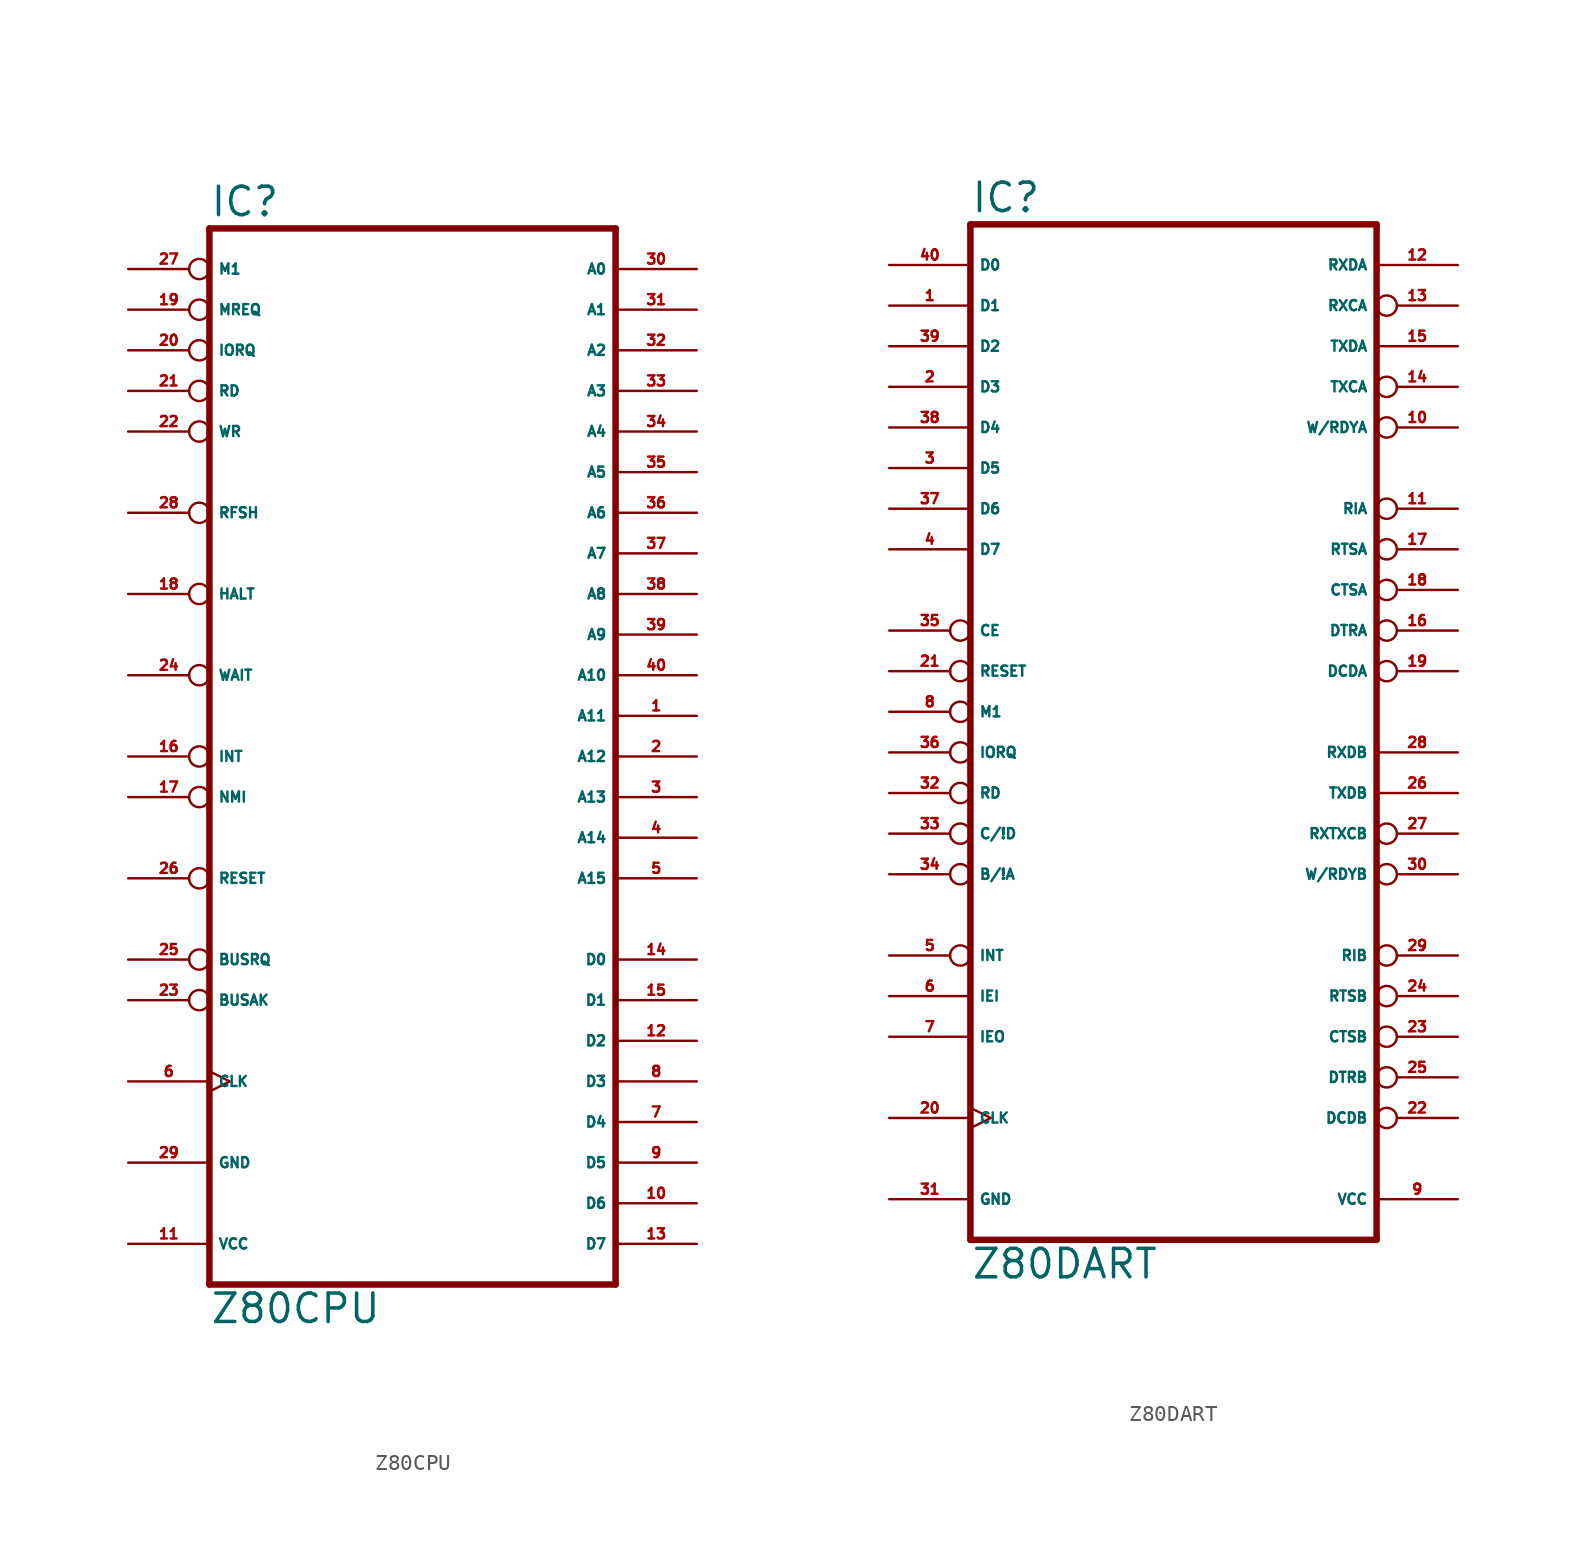
<source format=kicad_sym>
(kicad_symbol_lib
  (version 20220914)
  (generator Eagle2Kicad)
  (symbol "Z80CPU"
    (property "Reference" "IC"
      (at -12.7 31.115 0)
      (effects (font (size 1.778 1.778) (thickness 0.22)) (justify left bottom)))
    (property "Value" "Z80CPU"
      (at -12.7 -38.1 0)
      (effects (font (size 1.778 1.778) (thickness 0.22)) (justify left bottom)))
    (polyline
      (pts (xy -12.7 -35.56) (xy 12.7 -35.56))
      (stroke (width 0.406) (type default))
      (fill (type none)))
    (polyline
      (pts (xy 12.7 30.48) (xy 12.7 -35.56))
      (stroke (width 0.406) (type default))
      (fill (type none)))
    (polyline
      (pts (xy 12.7 30.48) (xy -12.7 30.48))
      (stroke (width 0.406) (type default))
      (fill (type none)))
    (polyline
      (pts (xy -12.7 -35.56) (xy -12.7 30.48))
      (stroke (width 0.406) (type default))
      (fill (type none)))
    (pin output line
      (at 17.78 27.94 180)
      (length 5.08)
      (name "A0" (effects (font (size 0.635 0.635) (thickness 0.08)) (justify left bottom)))
      (number "30" (effects (font (size 0.635 0.635) (thickness 0.08)) (justify left bottom))))
    (pin output line
      (at 17.78 25.4 180)
      (length 5.08)
      (name "A1" (effects (font (size 0.635 0.635) (thickness 0.08)) (justify left bottom)))
      (number "31" (effects (font (size 0.635 0.635) (thickness 0.08)) (justify left bottom))))
    (pin output line
      (at 17.78 22.86 180)
      (length 5.08)
      (name "A2" (effects (font (size 0.635 0.635) (thickness 0.08)) (justify left bottom)))
      (number "32" (effects (font (size 0.635 0.635) (thickness 0.08)) (justify left bottom))))
    (pin output line
      (at 17.78 20.32 180)
      (length 5.08)
      (name "A3" (effects (font (size 0.635 0.635) (thickness 0.08)) (justify left bottom)))
      (number "33" (effects (font (size 0.635 0.635) (thickness 0.08)) (justify left bottom))))
    (pin output line
      (at 17.78 17.78 180)
      (length 5.08)
      (name "A4" (effects (font (size 0.635 0.635) (thickness 0.08)) (justify left bottom)))
      (number "34" (effects (font (size 0.635 0.635) (thickness 0.08)) (justify left bottom))))
    (pin output line
      (at 17.78 15.24 180)
      (length 5.08)
      (name "A5" (effects (font (size 0.635 0.635) (thickness 0.08)) (justify left bottom)))
      (number "35" (effects (font (size 0.635 0.635) (thickness 0.08)) (justify left bottom))))
    (pin output line
      (at 17.78 12.7 180)
      (length 5.08)
      (name "A6" (effects (font (size 0.635 0.635) (thickness 0.08)) (justify left bottom)))
      (number "36" (effects (font (size 0.635 0.635) (thickness 0.08)) (justify left bottom))))
    (pin output line
      (at 17.78 10.16 180)
      (length 5.08)
      (name "A7" (effects (font (size 0.635 0.635) (thickness 0.08)) (justify left bottom)))
      (number "37" (effects (font (size 0.635 0.635) (thickness 0.08)) (justify left bottom))))
    (pin output line
      (at 17.78 7.62 180)
      (length 5.08)
      (name "A8" (effects (font (size 0.635 0.635) (thickness 0.08)) (justify left bottom)))
      (number "38" (effects (font (size 0.635 0.635) (thickness 0.08)) (justify left bottom))))
    (pin output line
      (at 17.78 5.08 180)
      (length 5.08)
      (name "A9" (effects (font (size 0.635 0.635) (thickness 0.08)) (justify left bottom)))
      (number "39" (effects (font (size 0.635 0.635) (thickness 0.08)) (justify left bottom))))
    (pin output line
      (at 17.78 2.54 180)
      (length 5.08)
      (name "A10" (effects (font (size 0.635 0.635) (thickness 0.08)) (justify left bottom)))
      (number "40" (effects (font (size 0.635 0.635) (thickness 0.08)) (justify left bottom))))
    (pin output line
      (at 17.78 0 180)
      (length 5.08)
      (name "A11" (effects (font (size 0.635 0.635) (thickness 0.08)) (justify left bottom)))
      (number "1" (effects (font (size 0.635 0.635) (thickness 0.08)) (justify left bottom))))
    (pin output line
      (at 17.78 -2.54 180)
      (length 5.08)
      (name "A12" (effects (font (size 0.635 0.635) (thickness 0.08)) (justify left bottom)))
      (number "2" (effects (font (size 0.635 0.635) (thickness 0.08)) (justify left bottom))))
    (pin output line
      (at 17.78 -5.08 180)
      (length 5.08)
      (name "A13" (effects (font (size 0.635 0.635) (thickness 0.08)) (justify left bottom)))
      (number "3" (effects (font (size 0.635 0.635) (thickness 0.08)) (justify left bottom))))
    (pin output line
      (at 17.78 -7.62 180)
      (length 5.08)
      (name "A14" (effects (font (size 0.635 0.635) (thickness 0.08)) (justify left bottom)))
      (number "4" (effects (font (size 0.635 0.635) (thickness 0.08)) (justify left bottom))))
    (pin output line
      (at 17.78 -10.16 180)
      (length 5.08)
      (name "A15" (effects (font (size 0.635 0.635) (thickness 0.08)) (justify left bottom)))
      (number "5" (effects (font (size 0.635 0.635) (thickness 0.08)) (justify left bottom))))
    (pin bidirectional line
      (at 17.78 -15.24 180)
      (length 5.08)
      (name "D0" (effects (font (size 0.635 0.635) (thickness 0.08)) (justify left bottom)))
      (number "14" (effects (font (size 0.635 0.635) (thickness 0.08)) (justify left bottom))))
    (pin bidirectional line
      (at 17.78 -17.78 180)
      (length 5.08)
      (name "D1" (effects (font (size 0.635 0.635) (thickness 0.08)) (justify left bottom)))
      (number "15" (effects (font (size 0.635 0.635) (thickness 0.08)) (justify left bottom))))
    (pin bidirectional line
      (at 17.78 -20.32 180)
      (length 5.08)
      (name "D2" (effects (font (size 0.635 0.635) (thickness 0.08)) (justify left bottom)))
      (number "12" (effects (font (size 0.635 0.635) (thickness 0.08)) (justify left bottom))))
    (pin bidirectional line
      (at 17.78 -22.86 180)
      (length 5.08)
      (name "D3" (effects (font (size 0.635 0.635) (thickness 0.08)) (justify left bottom)))
      (number "8" (effects (font (size 0.635 0.635) (thickness 0.08)) (justify left bottom))))
    (pin bidirectional line
      (at 17.78 -25.4 180)
      (length 5.08)
      (name "D4" (effects (font (size 0.635 0.635) (thickness 0.08)) (justify left bottom)))
      (number "7" (effects (font (size 0.635 0.635) (thickness 0.08)) (justify left bottom))))
    (pin bidirectional line
      (at 17.78 -27.94 180)
      (length 5.08)
      (name "D5" (effects (font (size 0.635 0.635) (thickness 0.08)) (justify left bottom)))
      (number "9" (effects (font (size 0.635 0.635) (thickness 0.08)) (justify left bottom))))
    (pin bidirectional line
      (at 17.78 -30.48 180)
      (length 5.08)
      (name "D6" (effects (font (size 0.635 0.635) (thickness 0.08)) (justify left bottom)))
      (number "10" (effects (font (size 0.635 0.635) (thickness 0.08)) (justify left bottom))))
    (pin bidirectional line
      (at 17.78 -33.02 180)
      (length 5.08)
      (name "D7" (effects (font (size 0.635 0.635) (thickness 0.08)) (justify left bottom)))
      (number "13" (effects (font (size 0.635 0.635) (thickness 0.08)) (justify left bottom))))
    (pin output inverted
      (at -17.78 27.94 0)
      (length 5.08)
      (name "M1" (effects (font (size 0.635 0.635) (thickness 0.08)) (justify left bottom)))
      (number "27" (effects (font (size 0.635 0.635) (thickness 0.08)) (justify left bottom))))
    (pin output inverted
      (at -17.78 25.4 0)
      (length 5.08)
      (name "MREQ" (effects (font (size 0.635 0.635) (thickness 0.08)) (justify left bottom)))
      (number "19" (effects (font (size 0.635 0.635) (thickness 0.08)) (justify left bottom))))
    (pin output inverted
      (at -17.78 22.86 0)
      (length 5.08)
      (name "IORQ" (effects (font (size 0.635 0.635) (thickness 0.08)) (justify left bottom)))
      (number "20" (effects (font (size 0.635 0.635) (thickness 0.08)) (justify left bottom))))
    (pin output inverted
      (at -17.78 20.32 0)
      (length 5.08)
      (name "RD" (effects (font (size 0.635 0.635) (thickness 0.08)) (justify left bottom)))
      (number "21" (effects (font (size 0.635 0.635) (thickness 0.08)) (justify left bottom))))
    (pin output inverted
      (at -17.78 17.78 0)
      (length 5.08)
      (name "WR" (effects (font (size 0.635 0.635) (thickness 0.08)) (justify left bottom)))
      (number "22" (effects (font (size 0.635 0.635) (thickness 0.08)) (justify left bottom))))
    (pin output inverted
      (at -17.78 12.7 0)
      (length 5.08)
      (name "RFSH" (effects (font (size 0.635 0.635) (thickness 0.08)) (justify left bottom)))
      (number "28" (effects (font (size 0.635 0.635) (thickness 0.08)) (justify left bottom))))
    (pin output inverted
      (at -17.78 7.62 0)
      (length 5.08)
      (name "HALT" (effects (font (size 0.635 0.635) (thickness 0.08)) (justify left bottom)))
      (number "18" (effects (font (size 0.635 0.635) (thickness 0.08)) (justify left bottom))))
    (pin input inverted
      (at -17.78 2.54 0)
      (length 5.08)
      (name "WAIT" (effects (font (size 0.635 0.635) (thickness 0.08)) (justify left bottom)))
      (number "24" (effects (font (size 0.635 0.635) (thickness 0.08)) (justify left bottom))))
    (pin input inverted
      (at -17.78 -2.54 0)
      (length 5.08)
      (name "INT" (effects (font (size 0.635 0.635) (thickness 0.08)) (justify left bottom)))
      (number "16" (effects (font (size 0.635 0.635) (thickness 0.08)) (justify left bottom))))
    (pin input inverted
      (at -17.78 -5.08 0)
      (length 5.08)
      (name "NMI" (effects (font (size 0.635 0.635) (thickness 0.08)) (justify left bottom)))
      (number "17" (effects (font (size 0.635 0.635) (thickness 0.08)) (justify left bottom))))
    (pin input inverted
      (at -17.78 -10.16 0)
      (length 5.08)
      (name "RESET" (effects (font (size 0.635 0.635) (thickness 0.08)) (justify left bottom)))
      (number "26" (effects (font (size 0.635 0.635) (thickness 0.08)) (justify left bottom))))
    (pin input inverted
      (at -17.78 -15.24 0)
      (length 5.08)
      (name "BUSRQ" (effects (font (size 0.635 0.635) (thickness 0.08)) (justify left bottom)))
      (number "25" (effects (font (size 0.635 0.635) (thickness 0.08)) (justify left bottom))))
    (pin output inverted
      (at -17.78 -17.78 0)
      (length 5.08)
      (name "BUSAK" (effects (font (size 0.635 0.635) (thickness 0.08)) (justify left bottom)))
      (number "23" (effects (font (size 0.635 0.635) (thickness 0.08)) (justify left bottom))))
    (pin input clock
      (at -17.78 -22.86 0)
      (length 5.08)
      (name "CLK" (effects (font (size 0.635 0.635) (thickness 0.08)) (justify left bottom)))
      (number "6" (effects (font (size 0.635 0.635) (thickness 0.08)) (justify left bottom))))
    (pin unspecified line
      (at -17.78 -33.02 0)
      (length 5.08)
      (name "VCC" (effects (font (size 0.635 0.635) (thickness 0.08)) (justify left bottom)))
      (number "11" (effects (font (size 0.635 0.635) (thickness 0.08)) (justify left bottom))))
    (pin unspecified line
      (at -17.78 -27.94 0)
      (length 5.08)
      (name "GND" (effects (font (size 0.635 0.635) (thickness 0.08)) (justify left bottom)))
      (number "29" (effects (font (size 0.635 0.635) (thickness 0.08)) (justify left bottom)))))
  (symbol "Z80DART"
    (property "Reference" "IC"
      (at -12.7 28.575 0)
      (effects (font (size 1.778 1.778) (thickness 0.22)) (justify left bottom)))
    (property "Value" "Z80DART"
      (at -12.7 -38.1 0)
      (effects (font (size 1.778 1.778) (thickness 0.22)) (justify left bottom)))
    (polyline
      (pts (xy -12.7 -35.56) (xy 12.7 -35.56))
      (stroke (width 0.406) (type default))
      (fill (type none)))
    (polyline
      (pts (xy 12.7 -35.56) (xy 12.7 27.94))
      (stroke (width 0.406) (type default))
      (fill (type none)))
    (polyline
      (pts (xy 12.7 27.94) (xy -12.7 27.94))
      (stroke (width 0.406) (type default))
      (fill (type none)))
    (polyline
      (pts (xy -12.7 27.94) (xy -12.7 -35.56))
      (stroke (width 0.406) (type default))
      (fill (type none)))
    (pin bidirectional line
      (at -17.78 22.86 0)
      (length 5.08)
      (name "D1" (effects (font (size 0.635 0.635) (thickness 0.08)) (justify left bottom)))
      (number "1" (effects (font (size 0.635 0.635) (thickness 0.08)) (justify left bottom))))
    (pin bidirectional line
      (at -17.78 17.78 0)
      (length 5.08)
      (name "D3" (effects (font (size 0.635 0.635) (thickness 0.08)) (justify left bottom)))
      (number "2" (effects (font (size 0.635 0.635) (thickness 0.08)) (justify left bottom))))
    (pin bidirectional line
      (at -17.78 12.7 0)
      (length 5.08)
      (name "D5" (effects (font (size 0.635 0.635) (thickness 0.08)) (justify left bottom)))
      (number "3" (effects (font (size 0.635 0.635) (thickness 0.08)) (justify left bottom))))
    (pin bidirectional line
      (at -17.78 7.62 0)
      (length 5.08)
      (name "D7" (effects (font (size 0.635 0.635) (thickness 0.08)) (justify left bottom)))
      (number "4" (effects (font (size 0.635 0.635) (thickness 0.08)) (justify left bottom))))
    (pin open_collector inverted
      (at -17.78 -17.78 0)
      (length 5.08)
      (name "INT" (effects (font (size 0.635 0.635) (thickness 0.08)) (justify left bottom)))
      (number "5" (effects (font (size 0.635 0.635) (thickness 0.08)) (justify left bottom))))
    (pin input line
      (at -17.78 -20.32 0)
      (length 5.08)
      (name "IEI" (effects (font (size 0.635 0.635) (thickness 0.08)) (justify left bottom)))
      (number "6" (effects (font (size 0.635 0.635) (thickness 0.08)) (justify left bottom))))
    (pin output line
      (at -17.78 -22.86 0)
      (length 5.08)
      (name "IEO" (effects (font (size 0.635 0.635) (thickness 0.08)) (justify left bottom)))
      (number "7" (effects (font (size 0.635 0.635) (thickness 0.08)) (justify left bottom))))
    (pin input inverted
      (at -17.78 -2.54 0)
      (length 5.08)
      (name "M1" (effects (font (size 0.635 0.635) (thickness 0.08)) (justify left bottom)))
      (number "8" (effects (font (size 0.635 0.635) (thickness 0.08)) (justify left bottom))))
    (pin output inverted
      (at 17.78 15.24 180)
      (length 5.08)
      (name "W/RDYA" (effects (font (size 0.635 0.635) (thickness 0.08)) (justify left bottom)))
      (number "10" (effects (font (size 0.635 0.635) (thickness 0.08)) (justify left bottom))))
    (pin input inverted
      (at 17.78 10.16 180)
      (length 5.08)
      (name "RIA" (effects (font (size 0.635 0.635) (thickness 0.08)) (justify left bottom)))
      (number "11" (effects (font (size 0.635 0.635) (thickness 0.08)) (justify left bottom))))
    (pin input line
      (at 17.78 25.4 180)
      (length 5.08)
      (name "RXDA" (effects (font (size 0.635 0.635) (thickness 0.08)) (justify left bottom)))
      (number "12" (effects (font (size 0.635 0.635) (thickness 0.08)) (justify left bottom))))
    (pin input inverted
      (at 17.78 22.86 180)
      (length 5.08)
      (name "RXCA" (effects (font (size 0.635 0.635) (thickness 0.08)) (justify left bottom)))
      (number "13" (effects (font (size 0.635 0.635) (thickness 0.08)) (justify left bottom))))
    (pin input inverted
      (at 17.78 17.78 180)
      (length 5.08)
      (name "TXCA" (effects (font (size 0.635 0.635) (thickness 0.08)) (justify left bottom)))
      (number "14" (effects (font (size 0.635 0.635) (thickness 0.08)) (justify left bottom))))
    (pin output line
      (at 17.78 20.32 180)
      (length 5.08)
      (name "TXDA" (effects (font (size 0.635 0.635) (thickness 0.08)) (justify left bottom)))
      (number "15" (effects (font (size 0.635 0.635) (thickness 0.08)) (justify left bottom))))
    (pin output inverted
      (at 17.78 2.54 180)
      (length 5.08)
      (name "DTRA" (effects (font (size 0.635 0.635) (thickness 0.08)) (justify left bottom)))
      (number "16" (effects (font (size 0.635 0.635) (thickness 0.08)) (justify left bottom))))
    (pin output inverted
      (at 17.78 7.62 180)
      (length 5.08)
      (name "RTSA" (effects (font (size 0.635 0.635) (thickness 0.08)) (justify left bottom)))
      (number "17" (effects (font (size 0.635 0.635) (thickness 0.08)) (justify left bottom))))
    (pin input inverted
      (at 17.78 5.08 180)
      (length 5.08)
      (name "CTSA" (effects (font (size 0.635 0.635) (thickness 0.08)) (justify left bottom)))
      (number "18" (effects (font (size 0.635 0.635) (thickness 0.08)) (justify left bottom))))
    (pin input inverted
      (at 17.78 0 180)
      (length 5.08)
      (name "DCDA" (effects (font (size 0.635 0.635) (thickness 0.08)) (justify left bottom)))
      (number "19" (effects (font (size 0.635 0.635) (thickness 0.08)) (justify left bottom))))
    (pin input clock
      (at -17.78 -27.94 0)
      (length 5.08)
      (name "CLK" (effects (font (size 0.635 0.635) (thickness 0.08)) (justify left bottom)))
      (number "20" (effects (font (size 0.635 0.635) (thickness 0.08)) (justify left bottom))))
    (pin input inverted
      (at -17.78 0 0)
      (length 5.08)
      (name "RESET" (effects (font (size 0.635 0.635) (thickness 0.08)) (justify left bottom)))
      (number "21" (effects (font (size 0.635 0.635) (thickness 0.08)) (justify left bottom))))
    (pin input inverted
      (at 17.78 -27.94 180)
      (length 5.08)
      (name "DCDB" (effects (font (size 0.635 0.635) (thickness 0.08)) (justify left bottom)))
      (number "22" (effects (font (size 0.635 0.635) (thickness 0.08)) (justify left bottom))))
    (pin input inverted
      (at 17.78 -22.86 180)
      (length 5.08)
      (name "CTSB" (effects (font (size 0.635 0.635) (thickness 0.08)) (justify left bottom)))
      (number "23" (effects (font (size 0.635 0.635) (thickness 0.08)) (justify left bottom))))
    (pin output inverted
      (at 17.78 -20.32 180)
      (length 5.08)
      (name "RTSB" (effects (font (size 0.635 0.635) (thickness 0.08)) (justify left bottom)))
      (number "24" (effects (font (size 0.635 0.635) (thickness 0.08)) (justify left bottom))))
    (pin output inverted
      (at 17.78 -25.4 180)
      (length 5.08)
      (name "DTRB" (effects (font (size 0.635 0.635) (thickness 0.08)) (justify left bottom)))
      (number "25" (effects (font (size 0.635 0.635) (thickness 0.08)) (justify left bottom))))
    (pin output line
      (at 17.78 -7.62 180)
      (length 5.08)
      (name "TXDB" (effects (font (size 0.635 0.635) (thickness 0.08)) (justify left bottom)))
      (number "26" (effects (font (size 0.635 0.635) (thickness 0.08)) (justify left bottom))))
    (pin input inverted
      (at 17.78 -10.16 180)
      (length 5.08)
      (name "RXTXCB" (effects (font (size 0.635 0.635) (thickness 0.08)) (justify left bottom)))
      (number "27" (effects (font (size 0.635 0.635) (thickness 0.08)) (justify left bottom))))
    (pin input line
      (at 17.78 -5.08 180)
      (length 5.08)
      (name "RXDB" (effects (font (size 0.635 0.635) (thickness 0.08)) (justify left bottom)))
      (number "28" (effects (font (size 0.635 0.635) (thickness 0.08)) (justify left bottom))))
    (pin input inverted
      (at 17.78 -17.78 180)
      (length 5.08)
      (name "RIB" (effects (font (size 0.635 0.635) (thickness 0.08)) (justify left bottom)))
      (number "29" (effects (font (size 0.635 0.635) (thickness 0.08)) (justify left bottom))))
    (pin output inverted
      (at 17.78 -12.7 180)
      (length 5.08)
      (name "W/RDYB" (effects (font (size 0.635 0.635) (thickness 0.08)) (justify left bottom)))
      (number "30" (effects (font (size 0.635 0.635) (thickness 0.08)) (justify left bottom))))
    (pin input inverted
      (at -17.78 -7.62 0)
      (length 5.08)
      (name "RD" (effects (font (size 0.635 0.635) (thickness 0.08)) (justify left bottom)))
      (number "32" (effects (font (size 0.635 0.635) (thickness 0.08)) (justify left bottom))))
    (pin input inverted
      (at -17.78 -10.16 0)
      (length 5.08)
      (name "C/!D" (effects (font (size 0.635 0.635) (thickness 0.08)) (justify left bottom)))
      (number "33" (effects (font (size 0.635 0.635) (thickness 0.08)) (justify left bottom))))
    (pin input inverted
      (at -17.78 -12.7 0)
      (length 5.08)
      (name "B/!A" (effects (font (size 0.635 0.635) (thickness 0.08)) (justify left bottom)))
      (number "34" (effects (font (size 0.635 0.635) (thickness 0.08)) (justify left bottom))))
    (pin input inverted
      (at -17.78 2.54 0)
      (length 5.08)
      (name "CE" (effects (font (size 0.635 0.635) (thickness 0.08)) (justify left bottom)))
      (number "35" (effects (font (size 0.635 0.635) (thickness 0.08)) (justify left bottom))))
    (pin input inverted
      (at -17.78 -5.08 0)
      (length 5.08)
      (name "IORQ" (effects (font (size 0.635 0.635) (thickness 0.08)) (justify left bottom)))
      (number "36" (effects (font (size 0.635 0.635) (thickness 0.08)) (justify left bottom))))
    (pin bidirectional line
      (at -17.78 10.16 0)
      (length 5.08)
      (name "D6" (effects (font (size 0.635 0.635) (thickness 0.08)) (justify left bottom)))
      (number "37" (effects (font (size 0.635 0.635) (thickness 0.08)) (justify left bottom))))
    (pin bidirectional line
      (at -17.78 15.24 0)
      (length 5.08)
      (name "D4" (effects (font (size 0.635 0.635) (thickness 0.08)) (justify left bottom)))
      (number "38" (effects (font (size 0.635 0.635) (thickness 0.08)) (justify left bottom))))
    (pin bidirectional line
      (at -17.78 20.32 0)
      (length 5.08)
      (name "D2" (effects (font (size 0.635 0.635) (thickness 0.08)) (justify left bottom)))
      (number "39" (effects (font (size 0.635 0.635) (thickness 0.08)) (justify left bottom))))
    (pin bidirectional line
      (at -17.78 25.4 0)
      (length 5.08)
      (name "D0" (effects (font (size 0.635 0.635) (thickness 0.08)) (justify left bottom)))
      (number "40" (effects (font (size 0.635 0.635) (thickness 0.08)) (justify left bottom))))
    (pin unspecified line
      (at -17.78 -33.02 0)
      (length 5.08)
      (name "GND" (effects (font (size 0.635 0.635) (thickness 0.08)) (justify left bottom)))
      (number "31" (effects (font (size 0.635 0.635) (thickness 0.08)) (justify left bottom))))
    (pin unspecified line
      (at 17.78 -33.02 180)
      (length 5.08)
      (name "VCC" (effects (font (size 0.635 0.635) (thickness 0.08)) (justify left bottom)))
      (number "9" (effects (font (size 0.635 0.635) (thickness 0.08)) (justify left bottom))))))
</source>
